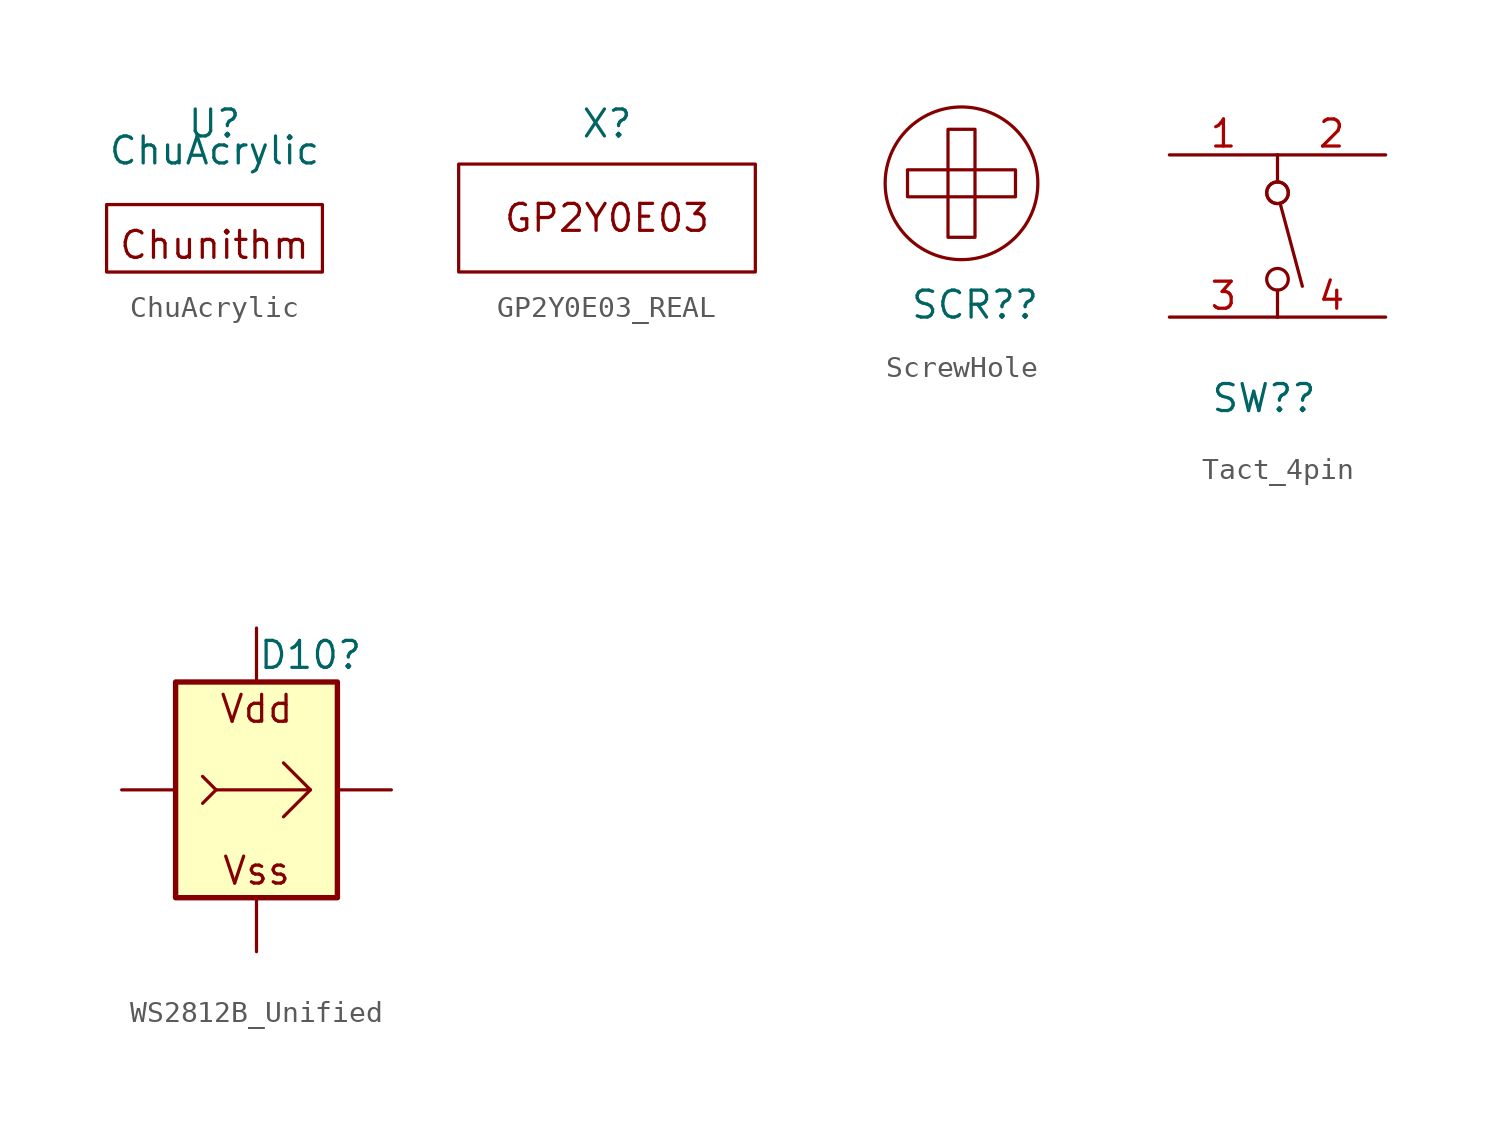
<source format=kicad_sym>
(kicad_symbol_lib
  (version 20220914)
  (generator kicad_symbol_editor)
  (symbol "ChuAcrylic"
    (property "Reference" "U"
      (at 0 4.445 0)
      (effects (font (size 1.27 1.27))))
    (property "Value" "ChuAcrylic"
      (at 0 3.175 0)
      (effects (font (size 1.27 1.27))))
    (symbol "ChuAcrylic_0_0"
      (text "Chunithm" (at 0 -1.27 0) (effects (font (size 1.27 1.27)))))
    (symbol "ChuAcrylic_0_1"
      (rectangle (start -5.08 0.635) (end 5.08 -2.54) (stroke (width 0) (type default)) (fill (type none)))))
  (symbol "GP2Y0E03_REAL"
    (property "Reference" "X"
      (at 0 0 0)
      (effects (font (size 1.27 1.27))))
    (symbol "GP2Y0E03_REAL_0_0"
      (rectangle (start -6.985 -1.905) (end 6.985 -6.985) (stroke (width 0) (type default)) (fill (type none)))
      (text "GP2Y0E03" (at 0 -4.445 0) (effects (font (size 1.27 1.27))))))
  (symbol "ScrewHole"
    (pin_names
      (offset 0) hide)
    (property "Reference" "SCR?"
      (at 0.635 -5.715 0)
      (effects (font (size 1.27 1.27))))
    (symbol "ScrewHole_0_1"
      (rectangle (start -2.54 0.635) (end 2.54 -0.635) (stroke (width 0) (type default)) (fill (type none)))
      (rectangle (start -0.635 2.54) (end 0.635 -2.54) (stroke (width 0) (type default)) (fill (type none)))
      (circle (center 0 0) (radius 3.592) (stroke (width 0) (type default)) (fill (type none)))))
  (symbol "Tact_4pin"
    (pin_names
      (offset 0) hide)
    (property "Reference" "SW?"
      (at -0.635 -7.62 0)
      (effects (font (size 1.27 1.27))))
    (symbol "Tact_4pin_0_0"
      (circle (center 0 -2.032) (radius 0.508) (stroke (width 0) (type default)) (fill (type none)))
      (polyline (pts (xy 0.127 1.524) (xy 1.168 -2.362)) (stroke (width 0) (type default)) (fill (type none)))
      (circle (center 0 2.032) (radius 0.508) (stroke (width 0) (type default)) (fill (type none)))
      (circle (center 0 2.032) (radius 0.508) (stroke (width 0) (type default)) (fill (type none))))
    (symbol "Tact_4pin_0_1"
      (polyline (pts (xy 0 -2.54) (xy 0 -3.81)) (stroke (width 0) (type default)) (fill (type none)))
      (polyline (pts (xy 0 3.81) (xy 0 2.54)) (stroke (width 0) (type default)) (fill (type none))))
    (symbol "Tact_4pin_1_1"
      (pin passive line (at -5.08 3.81 0) (length 5.08) (name "~" (effects (font (size 1.27 1.27)))) (number "1" (effects (font (size 1.27 1.27)))))
      (pin passive line (at 5.08 3.81 180) (length 5.08) (name "~" (effects (font (size 1.27 1.27)))) (number "2" (effects (font (size 1.27 1.27)))))
      (pin passive line (at -5.08 -3.81 0) (length 5.08) (name "~" (effects (font (size 1.27 1.27)))) (number "3" (effects (font (size 1.27 1.27)))))
      (pin passive line (at 5.08 -3.81 180) (length 5.08) (name "~" (effects (font (size 1.27 1.27)))) (number "4" (effects (font (size 1.27 1.27)))))))
  (symbol "WS2812B_Unified"
    (pin_numbers hide)
    (pin_names
      (offset 0.254) hide)
    (property "Reference" "D10"
      (at 2.54 6.35 0)
      (effects (font (size 1.27 1.27))))
    (symbol "WS2812B_Unified_0_0"
      (polyline (pts (xy -1.905 0) (xy 2.54 0) (xy 1.27 1.27)) (stroke (width 0) (type default)) (fill (type none)))
      (text "Vdd" (at 0 3.81 0) (effects (font (size 1.27 1.27))))
      (text "Vss" (at 0 -3.81 0) (effects (font (size 1.27 1.27)))))
    (symbol "WS2812B_Unified_0_1"
      (rectangle (start -3.81 5.08) (end 3.81 -5.08) (stroke (width 0.254) (type default)) (fill (type background)))
      (polyline (pts (xy 1.27 -1.27) (xy 2.54 0)) (stroke (width 0) (type default)) (fill (type none)))
      (polyline (pts (xy -2.54 0.635) (xy -1.905 0) (xy -2.54 -0.635)) (stroke (width 0) (type default)) (fill (type none))))
    (symbol "WS2812B_Unified_1_1"
      (pin power_in line (at 0 -7.62 90) (length 2.54) (name "VSS" (effects (font (size 1.27 1.27)))) (number "G" (effects (font (size 1.27 1.27)))))
      (pin input line (at -6.35 0 0) (length 2.54) (name "In" (effects (font (size 1.27 1.27)))) (number "I" (effects (font (size 1.27 1.27)))))
      (pin output line (at 6.35 0 180) (length 2.54) (name "Out" (effects (font (size 1.27 1.27)))) (number "O" (effects (font (size 1.27 1.27)))))
      (pin power_in line (at 0 7.62 270) (length 2.54) (name "VDD" (effects (font (size 1.27 1.27)))) (number "V" (effects (font (size 1.27 1.27))))))))
</source>
